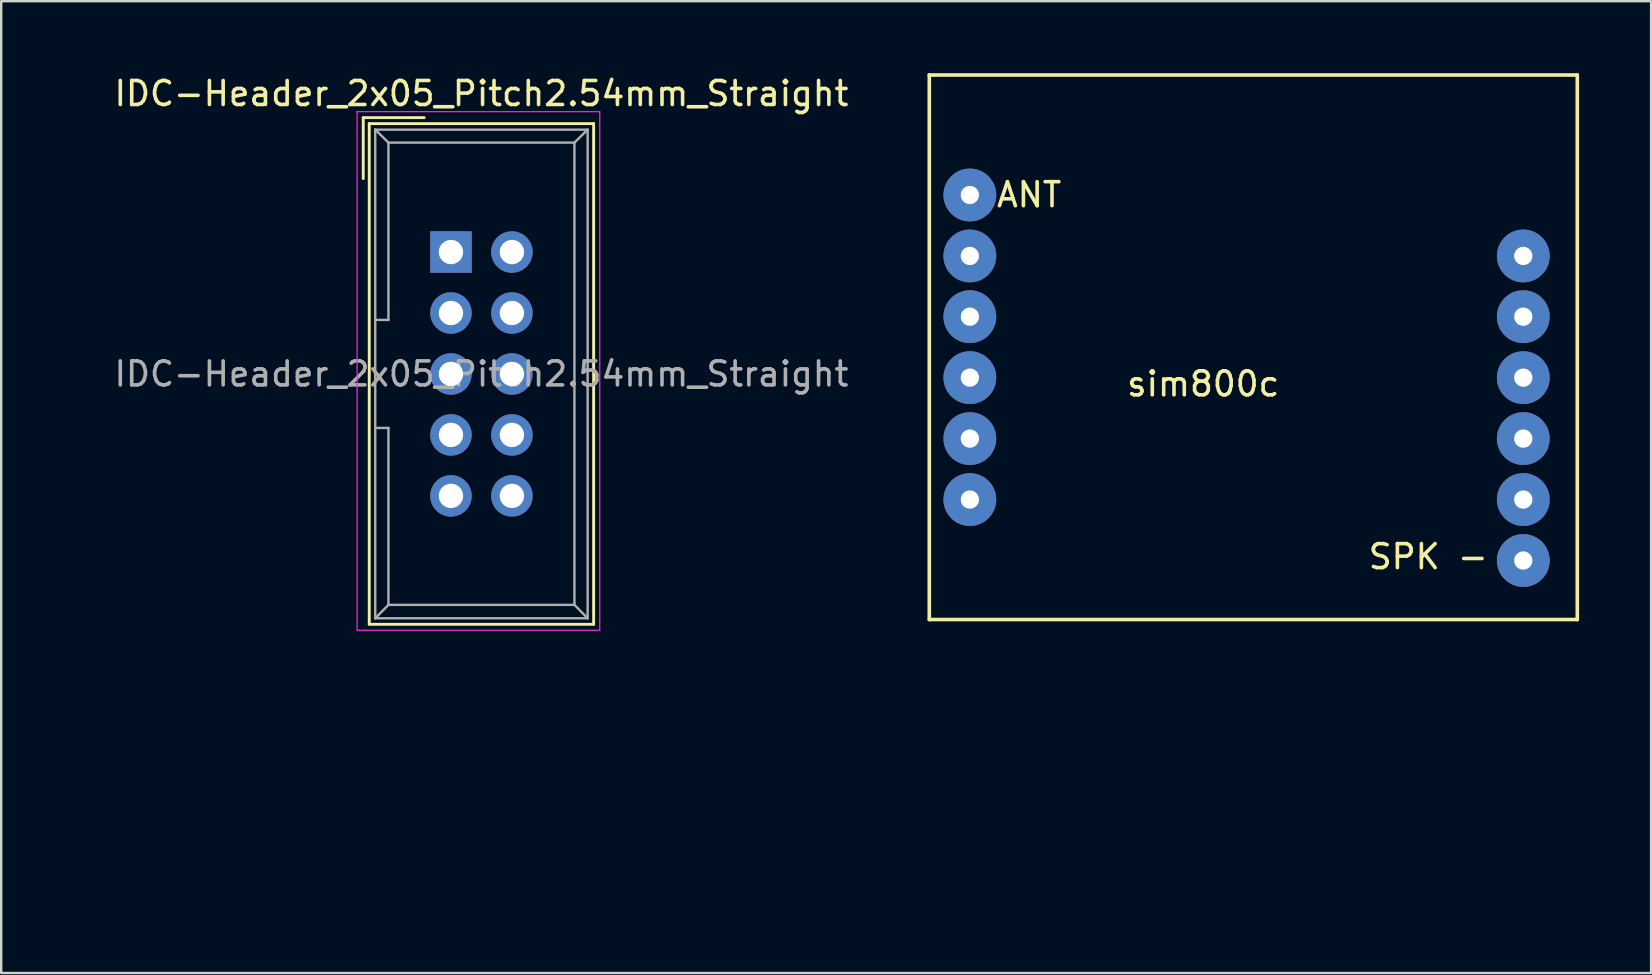
<source format=kicad_pcb>
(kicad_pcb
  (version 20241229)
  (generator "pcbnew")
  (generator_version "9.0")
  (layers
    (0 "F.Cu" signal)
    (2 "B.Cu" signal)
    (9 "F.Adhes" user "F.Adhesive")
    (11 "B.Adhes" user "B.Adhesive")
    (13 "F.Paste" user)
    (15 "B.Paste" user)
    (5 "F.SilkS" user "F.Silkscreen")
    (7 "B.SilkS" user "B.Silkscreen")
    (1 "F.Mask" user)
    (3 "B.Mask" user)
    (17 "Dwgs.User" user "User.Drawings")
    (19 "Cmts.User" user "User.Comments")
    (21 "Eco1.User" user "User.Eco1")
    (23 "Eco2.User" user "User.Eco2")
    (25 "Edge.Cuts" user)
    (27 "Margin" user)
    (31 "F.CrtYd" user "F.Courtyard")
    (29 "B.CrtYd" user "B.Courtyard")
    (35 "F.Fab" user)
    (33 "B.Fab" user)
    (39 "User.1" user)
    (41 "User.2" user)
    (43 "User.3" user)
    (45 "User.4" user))
  (footprint "sim800c"
    (layer "F.Cu")
    (at 35.671 22.885)
    (property "Reference" "sim800c" (at 11.41 -9.94 0) (layer "F.SilkS") (effects (font (size 1 1) (thickness 0.15))))
    (attr through_hole)
    (fp_line (start 0 -22.81) (end 27 -22.81) (stroke (width 0.15) (type solid)) (layer "F.SilkS"))
    (fp_line (start 0 -0.12) (end 0 -22.81) (stroke (width 0.15) (type solid)) (layer "F.SilkS"))
    (fp_line (start 0 -0.12) (end 27 -0.12) (stroke (width 0.15) (type solid)) (layer "F.SilkS"))
    (fp_line (start 27 -22.81) (end 27 -0.12) (stroke (width 0.15) (type solid)) (layer "F.SilkS"))
    (fp_text user "SPK -" (at 20.79 -2.74 0) (layer "F.SilkS") (effects (font (size 1 1) (thickness 0.15))))
    (fp_text user "ANT" (at 4.16 -17.82 0) (layer "F.SilkS") (effects (font (size 1 1) (thickness 0.15))))
    (pad "1" thru_hole circle (at 24.75 -2.58 180) (size 2.2 2.2) (drill 0.762) (layers "*.Cu" "*.Mask"))
    (pad "2" thru_hole circle (at 24.75 -5.12 180) (size 2.2 2.2) (drill 0.762) (layers "*.Cu" "*.Mask"))
    (pad "3" thru_hole circle (at 24.75 -7.66 180) (size 2.2 2.2) (drill 0.762) (layers "*.Cu" "*.Mask"))
    (pad "4" thru_hole circle (at 24.75 -10.2 180) (size 2.2 2.2) (drill 0.762) (layers "*.Cu" "*.Mask"))
    (pad "5" thru_hole circle (at 24.75 -12.74 180) (size 2.2 2.2) (drill 0.762) (layers "*.Cu" "*.Mask"))
    (pad "6" thru_hole circle (at 24.75 -15.27 180) (size 2.2 2.2) (drill 0.762) (layers "*.Cu" "*.Mask"))
    (pad "7" thru_hole circle (at 1.69 -5.12 180) (size 2.2 2.2) (drill 0.762) (layers "*.Cu" "*.Mask"))
    (pad "8" thru_hole circle (at 1.69 -7.66 180) (size 2.2 2.2) (drill 0.762) (layers "*.Cu" "*.Mask"))
    (pad "9" thru_hole circle (at 1.69 -10.2 180) (size 2.2 2.2) (drill 0.762) (layers "*.Cu" "*.Mask"))
    (pad "10" thru_hole circle (at 1.69 -12.74 180) (size 2.2 2.2) (drill 0.762) (layers "*.Cu" "*.Mask"))
    (pad "11" thru_hole circle (at 1.69 -15.27 180) (size 2.2 2.2) (drill 0.762) (layers "*.Cu" "*.Mask"))
    (pad "12" thru_hole circle (at 1.69 -17.81 180) (size 2.2 2.2) (drill 0.762) (layers "*.Cu" "*.Mask")))
  (footprint "IDC-Header_2x05_Pitch2.54mm_Straight"
    (layer "F.Cu")
    (at 0.25 34.242)
    (property "Reference" "IDC-Header_2x05_Pitch2.54mm_Straight" (at 16.76 -33.394 0) (layer "F.SilkS") (effects (font (size 1 1) (thickness 0.15))))
    (attr through_hole)
    (fp_line (start 11.835 -32.39) (end 11.835 -29.85) (stroke (width 0.12) (type solid)) (layer "F.SilkS"))
    (fp_line (start 11.835 -32.39) (end 14.375 -32.39) (stroke (width 0.12) (type solid)) (layer "F.SilkS"))
    (fp_line (start 12.085 -32.14) (end 21.435 -32.14) (stroke (width 0.12) (type solid)) (layer "F.SilkS"))
    (fp_line (start 12.085 -11.28) (end 12.085 -32.14) (stroke (width 0.12) (type solid)) (layer "F.SilkS"))
    (fp_line (start 21.435 -32.14) (end 21.435 -11.28) (stroke (width 0.12) (type solid)) (layer "F.SilkS"))
    (fp_line (start 21.435 -11.28) (end 12.085 -11.28) (stroke (width 0.12) (type solid)) (layer "F.SilkS"))
    (fp_line (start 11.58 -32.64) (end 21.69 -32.64) (stroke (width 0.05) (type solid)) (layer "F.CrtYd"))
    (fp_line (start 11.58 -11.03) (end 11.58 -32.64) (stroke (width 0.05) (type solid)) (layer "F.CrtYd"))
    (fp_line (start 21.69 -32.64) (end 21.69 -11.03) (stroke (width 0.05) (type solid)) (layer "F.CrtYd"))
    (fp_line (start 21.69 -11.03) (end 11.58 -11.03) (stroke (width 0.05) (type solid)) (layer "F.CrtYd"))
    (fp_line (start 12.335 -31.89) (end 12.335 -11.53) (stroke (width 0.1) (type solid)) (layer "F.Fab"))
    (fp_line (start 12.335 -31.89) (end 12.885 -31.35) (stroke (width 0.1) (type solid)) (layer "F.Fab"))
    (fp_line (start 12.335 -11.53) (end 12.885 -12.09) (stroke (width 0.1) (type solid)) (layer "F.Fab"))
    (fp_line (start 12.885 -31.35) (end 12.885 -23.96) (stroke (width 0.1) (type solid)) (layer "F.Fab"))
    (fp_line (start 12.885 -23.96) (end 12.335 -23.96) (stroke (width 0.1) (type solid)) (layer "F.Fab"))
    (fp_line (start 12.885 -19.46) (end 12.335 -19.46) (stroke (width 0.1) (type solid)) (layer "F.Fab"))
    (fp_line (start 12.885 -19.46) (end 12.885 -12.09) (stroke (width 0.1) (type solid)) (layer "F.Fab"))
    (fp_line (start 20.635 -31.35) (end 12.885 -31.35) (stroke (width 0.1) (type solid)) (layer "F.Fab"))
    (fp_line (start 20.635 -31.35) (end 20.635 -12.09) (stroke (width 0.1) (type solid)) (layer "F.Fab"))
    (fp_line (start 20.635 -12.09) (end 12.885 -12.09) (stroke (width 0.1) (type solid)) (layer "F.Fab"))
    (fp_line (start 21.185 -31.89) (end 12.335 -31.89) (stroke (width 0.1) (type solid)) (layer "F.Fab"))
    (fp_line (start 21.185 -31.89) (end 20.635 -31.35) (stroke (width 0.1) (type solid)) (layer "F.Fab"))
    (fp_line (start 21.185 -31.89) (end 21.185 -11.53) (stroke (width 0.1) (type solid)) (layer "F.Fab"))
    (fp_line (start 21.185 -11.53) (end 12.335 -11.53) (stroke (width 0.1) (type solid)) (layer "F.Fab"))
    (fp_line (start 21.185 -11.53) (end 20.635 -12.09) (stroke (width 0.1) (type solid)) (layer "F.Fab"))
    (fp_text user "${REFERENCE}" (at 16.76 -21.71 0) (layer "F.Fab") (effects (font (size 1 1) (thickness 0.15))))
    (pad "1" thru_hole rect (at 15.49 -26.79) (size 1.727 1.727) (drill 1.016) (layers "*.Cu" "*.Mask"))
    (pad "2" thru_hole oval (at 18.03 -26.79) (size 1.727 1.727) (drill 1.016) (layers "*.Cu" "*.Mask"))
    (pad "3" thru_hole oval (at 15.49 -24.25) (size 1.727 1.727) (drill 1.016) (layers "*.Cu" "*.Mask"))
    (pad "4" thru_hole oval (at 18.03 -24.25) (size 1.727 1.727) (drill 1.016) (layers "*.Cu" "*.Mask"))
    (pad "5" thru_hole oval (at 15.49 -21.71) (size 1.727 1.727) (drill 1.016) (layers "*.Cu" "*.Mask"))
    (pad "6" thru_hole oval (at 18.03 -21.71) (size 1.727 1.727) (drill 1.016) (layers "*.Cu" "*.Mask"))
    (pad "7" thru_hole oval (at 15.49 -19.17) (size 1.727 1.727) (drill 1.016) (layers "*.Cu" "*.Mask"))
    (pad "8" thru_hole oval (at 18.03 -19.17) (size 1.727 1.727) (drill 1.016) (layers "*.Cu" "*.Mask"))
    (pad "9" thru_hole oval (at 15.49 -16.63) (size 1.727 1.727) (drill 1.016) (layers "*.Cu" "*.Mask"))
    (pad "10" thru_hole oval (at 18.03 -16.63) (size 1.727 1.727) (drill 1.016) (layers "*.Cu" "*.Mask")))
  (gr_rect
    (start -3 -3)
    (end 65.746 37.492)
    (stroke (width 0.1) (type default))
    (fill no)
    (layer "Edge.Cuts")))
</source>
